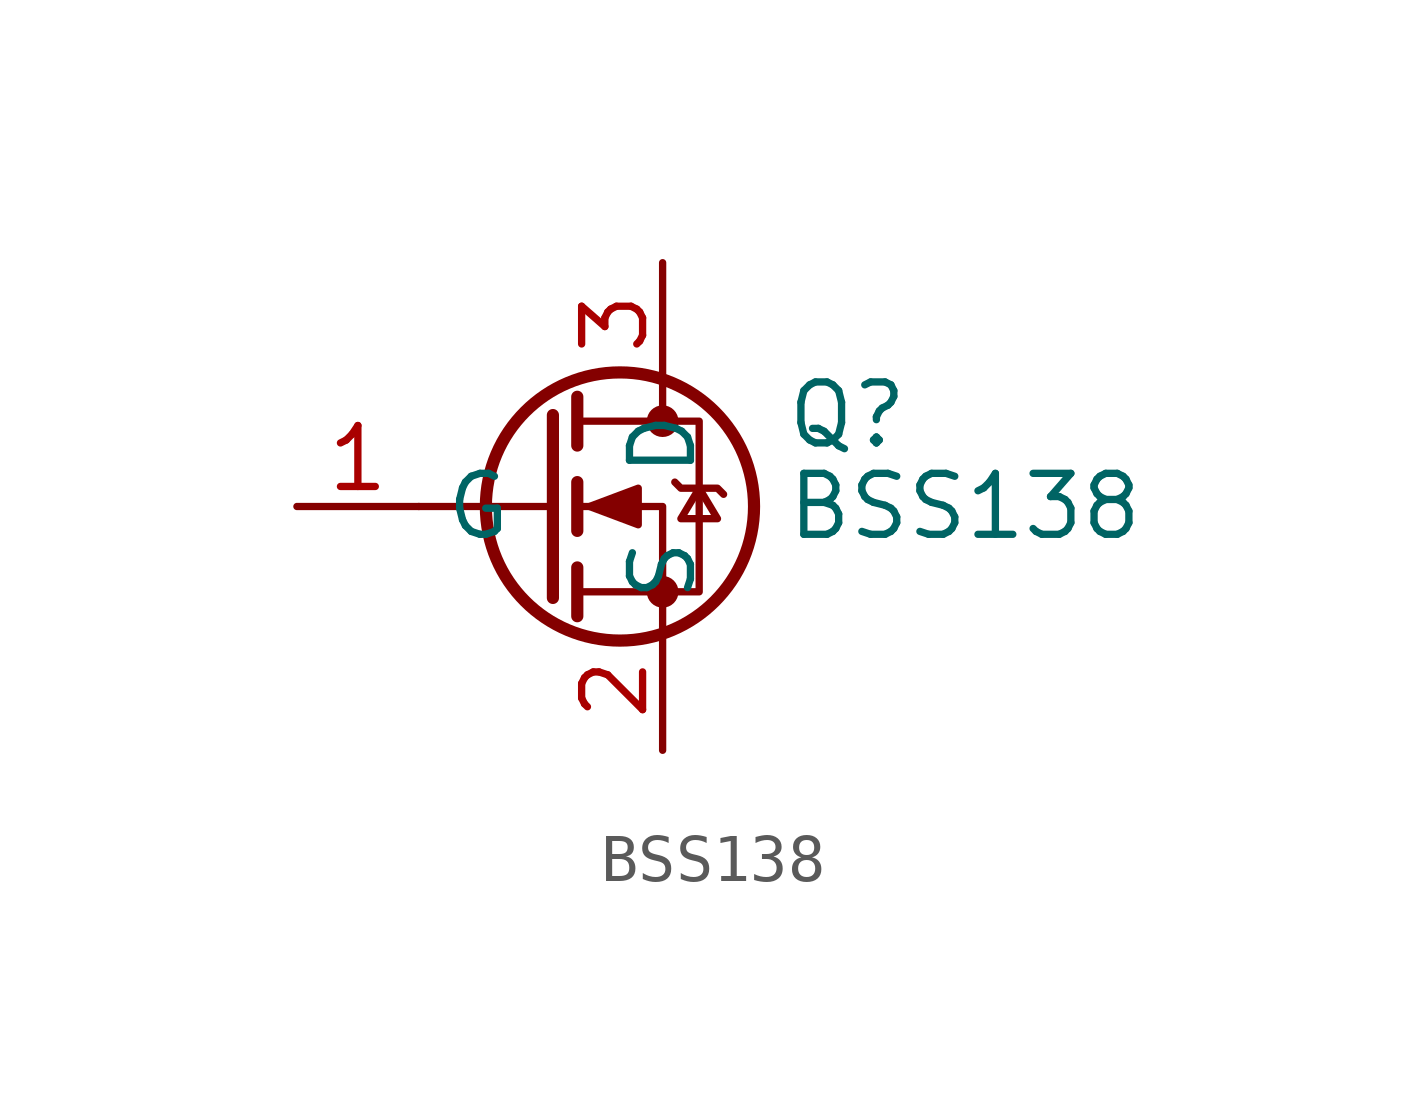
<source format=kicad_sym>
(kicad_symbol_lib
  (version 20220914)
  (generator kicad_symbol_editor)
  (symbol "BSS138"
    (property "Reference" "Q"
      (at 5.08 1.905 0)
      (effects (font (size 1.27 1.27)) (justify left)))
    (property "Value" "BSS138"
      (at 5.08 0 0)
      (effects (font (size 1.27 1.27)) (justify left)))
    (symbol "BSS138_0_1"
      (polyline (pts (xy 0.254 0) (xy -2.54 0)) (stroke (width 0) (type default)) (fill (type none)))
      (polyline (pts (xy 0.254 1.905) (xy 0.254 -1.905)) (stroke (width 0.254) (type default)) (fill (type none)))
      (polyline (pts (xy 0.762 -1.27) (xy 0.762 -2.286)) (stroke (width 0.254) (type default)) (fill (type none)))
      (polyline (pts (xy 0.762 0.508) (xy 0.762 -0.508)) (stroke (width 0.254) (type default)) (fill (type none)))
      (polyline (pts (xy 0.762 2.286) (xy 0.762 1.27)) (stroke (width 0.254) (type default)) (fill (type none)))
      (polyline (pts (xy 2.54 2.54) (xy 2.54 1.778)) (stroke (width 0) (type default)) (fill (type none)))
      (polyline (pts (xy 2.54 -2.54) (xy 2.54 0) (xy 0.762 0)) (stroke (width 0) (type default)) (fill (type none)))
      (polyline (pts (xy 0.762 -1.778) (xy 3.302 -1.778) (xy 3.302 1.778) (xy 0.762 1.778)) (stroke (width 0) (type default)) (fill (type none)))
      (polyline (pts (xy 1.016 0) (xy 2.032 0.381) (xy 2.032 -0.381) (xy 1.016 0)) (stroke (width 0) (type default)) (fill (type outline)))
      (polyline (pts (xy 2.794 0.508) (xy 2.921 0.381) (xy 3.683 0.381) (xy 3.81 0.254)) (stroke (width 0) (type default)) (fill (type none)))
      (polyline (pts (xy 3.302 0.381) (xy 2.921 -0.254) (xy 3.683 -0.254) (xy 3.302 0.381)) (stroke (width 0) (type default)) (fill (type none)))
      (circle (center 1.651 0) (radius 2.794) (stroke (width 0.254) (type default)) (fill (type none)))
      (circle (center 2.54 -1.778) (radius 0.254) (stroke (width 0) (type default)) (fill (type outline)))
      (circle (center 2.54 1.778) (radius 0.254) (stroke (width 0) (type default)) (fill (type outline))))
    (symbol "BSS138_1_1"
      (pin input line (at -5.08 0 0) (length 2.54) (name "G" (effects (font (size 1.27 1.27)))) (number "1" (effects (font (size 1.27 1.27)))))
      (pin passive line (at 2.54 -5.08 90) (length 2.54) (name "S" (effects (font (size 1.27 1.27)))) (number "2" (effects (font (size 1.27 1.27)))))
      (pin passive line (at 2.54 5.08 270) (length 2.54) (name "D" (effects (font (size 1.27 1.27)))) (number "3" (effects (font (size 1.27 1.27))))))))
</source>
